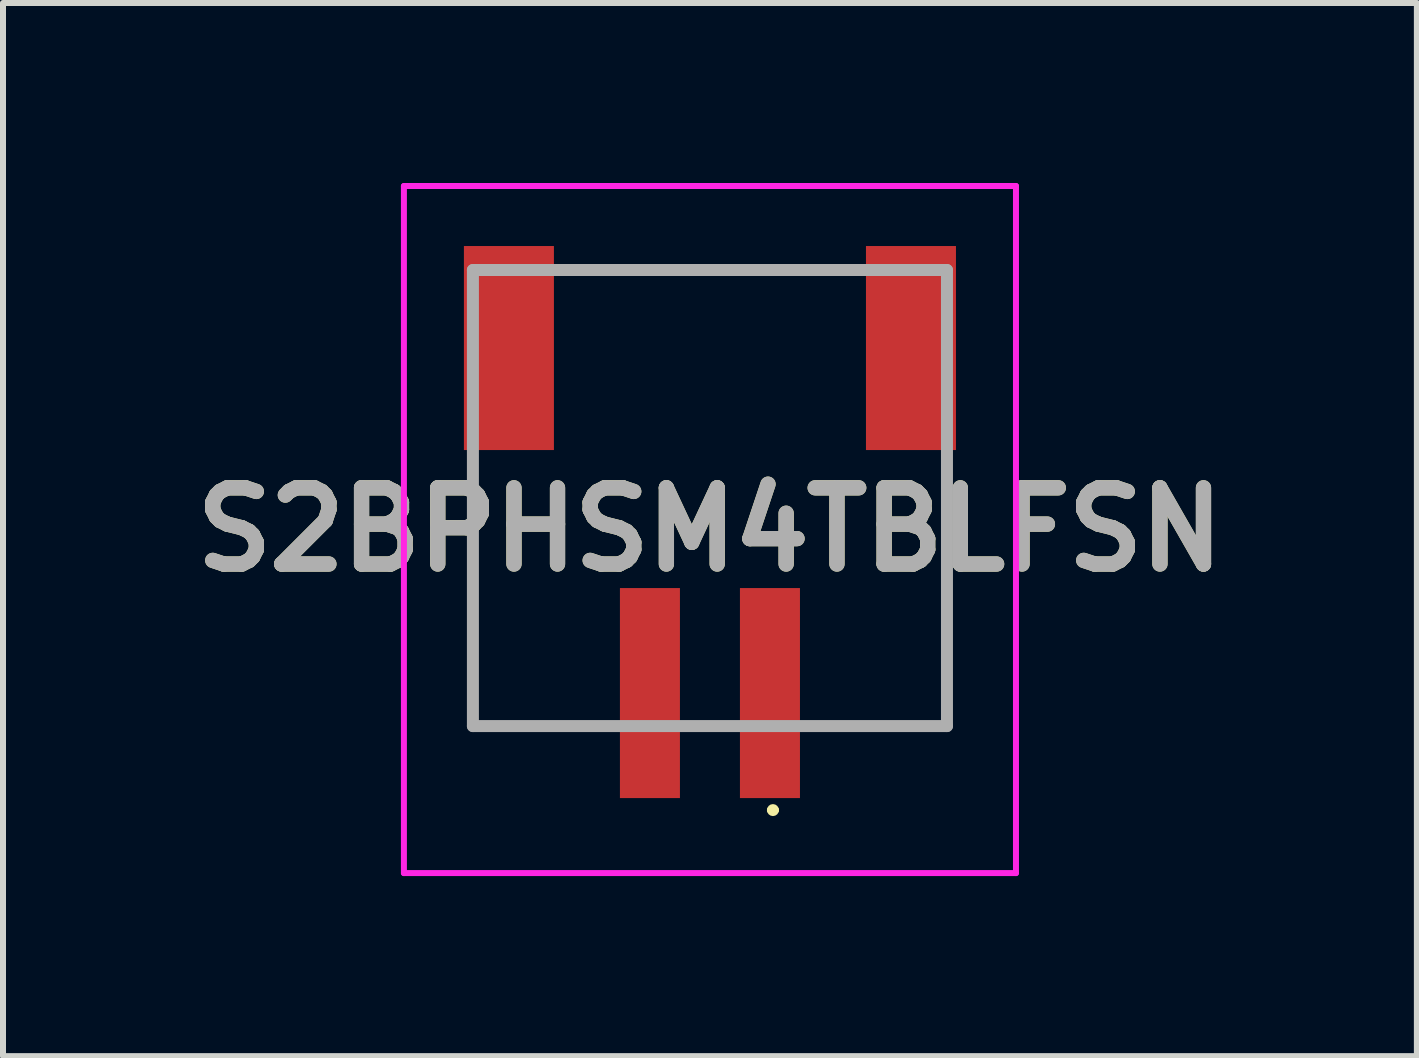
<source format=kicad_pcb>
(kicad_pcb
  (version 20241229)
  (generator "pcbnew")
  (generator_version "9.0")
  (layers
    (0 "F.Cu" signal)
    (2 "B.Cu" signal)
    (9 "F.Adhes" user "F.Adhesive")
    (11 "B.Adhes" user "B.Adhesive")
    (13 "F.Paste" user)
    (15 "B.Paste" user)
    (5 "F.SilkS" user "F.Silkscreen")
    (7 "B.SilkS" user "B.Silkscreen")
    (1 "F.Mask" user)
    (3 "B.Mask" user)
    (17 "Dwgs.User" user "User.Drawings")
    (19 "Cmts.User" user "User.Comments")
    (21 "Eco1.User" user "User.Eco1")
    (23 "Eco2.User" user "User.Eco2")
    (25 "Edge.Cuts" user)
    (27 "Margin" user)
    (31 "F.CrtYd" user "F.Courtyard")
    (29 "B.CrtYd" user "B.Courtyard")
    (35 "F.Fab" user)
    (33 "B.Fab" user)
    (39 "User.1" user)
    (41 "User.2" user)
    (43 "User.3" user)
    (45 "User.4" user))
  (footprint "S2BPHSM4TBLFSN"
    (layer "F.Cu")
    (at 8.781 5.25)
    (property "Reference" "S2BPHSM4TBLFSN" (at 0 0.525 0) (layer "F.SilkS") (effects (font (size 1.27 1.27) (thickness 0.254))))
    (attr smd)
    (fp_line (start -3.95 3.8) (end -3.95 -0.4) (stroke (width 0.1) (type solid)) (layer "F.SilkS"))
    (fp_line (start -2 3.8) (end -3.95 3.8) (stroke (width 0.1) (type solid)) (layer "F.SilkS"))
    (fp_line (start 1 5.2) (end 1 5.2) (stroke (width 0.1) (type solid)) (layer "F.SilkS"))
    (fp_line (start 1.1 5.2) (end 1.1 5.2) (stroke (width 0.1) (type solid)) (layer "F.SilkS"))
    (fp_line (start 2.2 -3.8) (end -2 -3.8) (stroke (width 0.1) (type solid)) (layer "F.SilkS"))
    (fp_line (start 3.95 -0.4) (end 3.95 3.8) (stroke (width 0.1) (type solid)) (layer "F.SilkS"))
    (fp_line (start 3.95 3.8) (end 2 3.8) (stroke (width 0.1) (type solid)) (layer "F.SilkS"))
    (fp_arc (start 1 5.2) (mid 1.05 5.15) (end 1.1 5.2) (stroke (width 0.1) (type solid)) (layer "F.SilkS"))
    (fp_arc (start 1.1 5.2) (mid 1.05 5.25) (end 1 5.2) (stroke (width 0.1) (type solid)) (layer "F.SilkS"))
    (fp_line (start -5.1 -5.2) (end -5.1 6.25) (stroke (width 0.1) (type solid)) (layer "F.CrtYd"))
    (fp_line (start -5.1 6.25) (end 5.1 6.25) (stroke (width 0.1) (type solid)) (layer "F.CrtYd"))
    (fp_line (start 5.1 -5.2) (end -5.1 -5.2) (stroke (width 0.1) (type solid)) (layer "F.CrtYd"))
    (fp_line (start 5.1 6.25) (end 5.1 -5.2) (stroke (width 0.1) (type solid)) (layer "F.CrtYd"))
    (fp_line (start -3.95 -3.8) (end -3.95 3.8) (stroke (width 0.2) (type solid)) (layer "F.Fab"))
    (fp_line (start -3.95 3.8) (end 3.95 3.8) (stroke (width 0.2) (type solid)) (layer "F.Fab"))
    (fp_line (start 3.95 -3.8) (end -3.95 -3.8) (stroke (width 0.2) (type solid)) (layer "F.Fab"))
    (fp_line (start 3.95 3.8) (end 3.95 -3.8) (stroke (width 0.2) (type solid)) (layer "F.Fab"))
    (fp_text user "${REFERENCE}" (at 0 0.525 0) (layer "F.Fab") (effects (font (size 1.27 1.27) (thickness 0.254))))
    (pad "1" smd rect (at 1 3.25) (size 1 3.5) (layers "F.Cu" "F.Mask" "F.Paste"))
    (pad "2" smd rect (at -1 3.25) (size 1 3.5) (layers "F.Cu" "F.Mask" "F.Paste"))
    (pad "MP1" smd rect (at 3.35 -2.5) (size 1.5 3.4) (layers "F.Cu" "F.Mask" "F.Paste"))
    (pad "MP2" smd rect (at -3.35 -2.5) (size 1.5 3.4) (layers "F.Cu" "F.Mask" "F.Paste")))
  (gr_rect
    (start -3 -3)
    (end 20.562 14.55)
    (stroke (width 0.1) (type default))
    (fill no)
    (layer "Edge.Cuts")))
</source>
